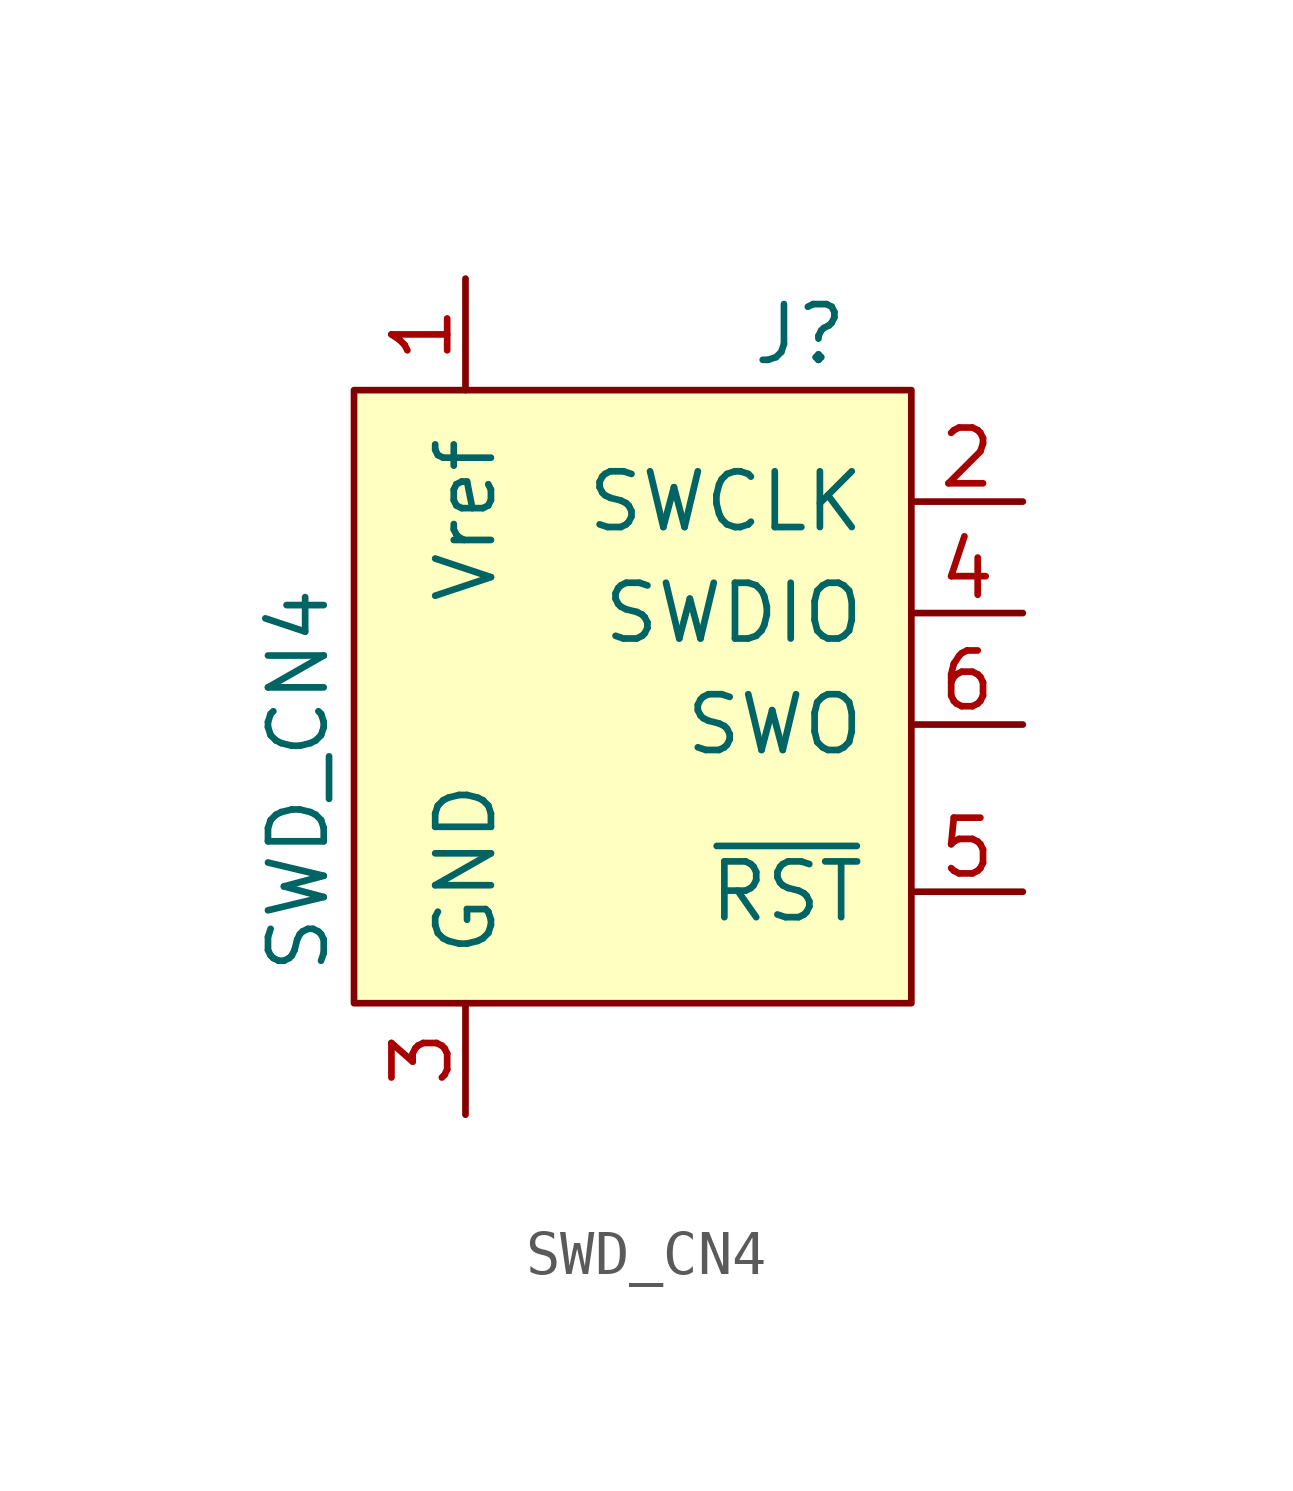
<source format=kicad_sym>
(kicad_symbol_lib
  (version 20211014)
  (generator kicad_symbol_editor)
  (symbol "SWD_CN4"
    (pin_names
      (offset 1.016))
    (property "Reference" "J"
      (at 5.08 6.35 0)
      (effects (font (size 1.27 1.27))))
    (property "Value" "SWD_CN4"
      (at -6.35 -3.81 90)
      (effects (font (size 1.27 1.27))))
    (symbol "SWD_CN4_0_1"
      (rectangle (start 7.62 5.08) (end -5.08 -8.89) (stroke (width 0) (type default) (color 0 0 0 0)) (fill (type background))))
    (symbol "SWD_CN4_1_1"
      (pin power_in line (at -2.54 7.62 270) (length 2.54) (name "Vref" (effects (font (size 1.27 1.27)))) (number "1" (effects (font (size 1.27 1.27)))))
      (pin output line (at 10.16 2.54 180) (length 2.54) (name "SWCLK" (effects (font (size 1.27 1.27)))) (number "2" (effects (font (size 1.27 1.27)))))
      (pin input line (at -2.54 -11.43 90) (length 2.54) (name "GND" (effects (font (size 1.27 1.27)))) (number "3" (effects (font (size 1.27 1.27)))))
      (pin bidirectional line (at 10.16 0 180) (length 2.54) (name "SWDIO" (effects (font (size 1.27 1.27)))) (number "4" (effects (font (size 1.27 1.27)))))
      (pin open_collector line (at 10.16 -6.35 180) (length 2.54) (name "~{RST}" (effects (font (size 1.27 1.27)))) (number "5" (effects (font (size 1.27 1.27)))))
      (pin input line (at 10.16 -2.54 180) (length 2.54) (name "SWO" (effects (font (size 1.27 1.27)))) (number "6" (effects (font (size 1.27 1.27))))))))
</source>
